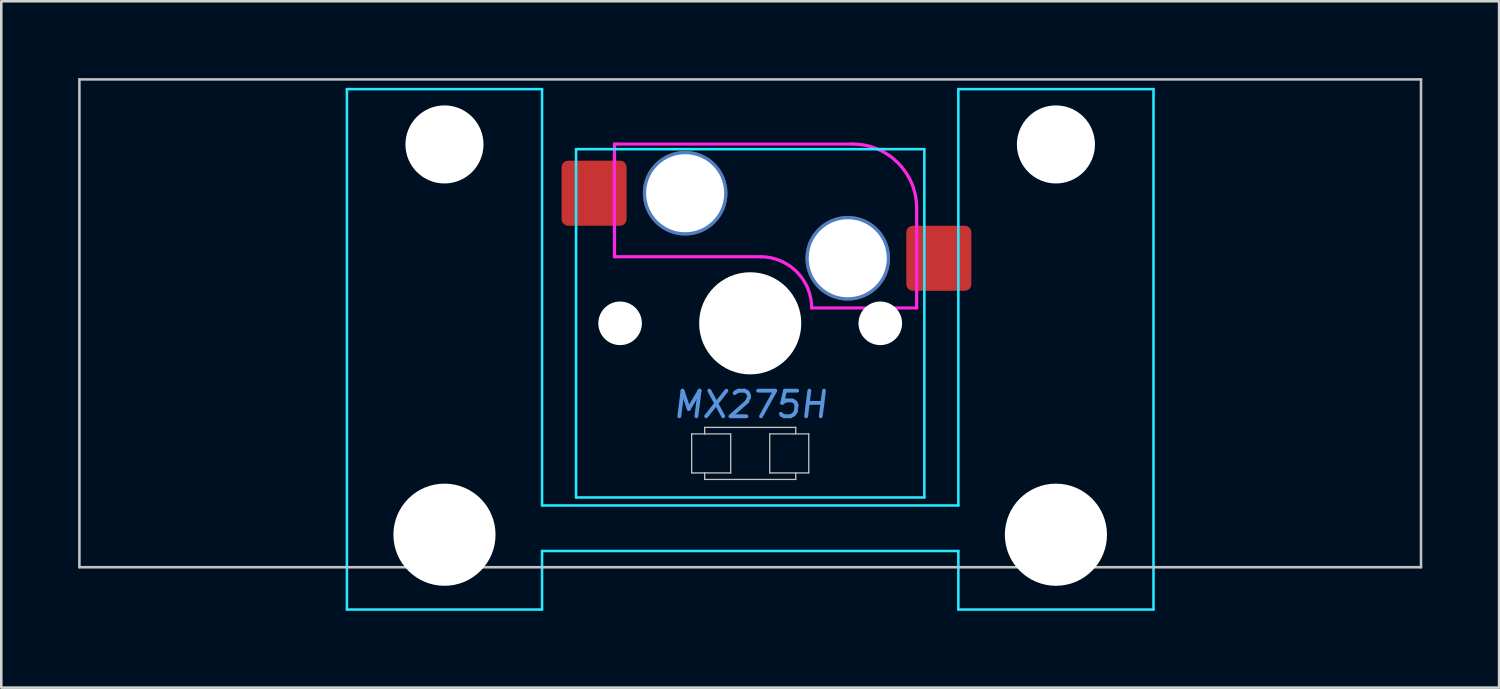
<source format=kicad_pcb>
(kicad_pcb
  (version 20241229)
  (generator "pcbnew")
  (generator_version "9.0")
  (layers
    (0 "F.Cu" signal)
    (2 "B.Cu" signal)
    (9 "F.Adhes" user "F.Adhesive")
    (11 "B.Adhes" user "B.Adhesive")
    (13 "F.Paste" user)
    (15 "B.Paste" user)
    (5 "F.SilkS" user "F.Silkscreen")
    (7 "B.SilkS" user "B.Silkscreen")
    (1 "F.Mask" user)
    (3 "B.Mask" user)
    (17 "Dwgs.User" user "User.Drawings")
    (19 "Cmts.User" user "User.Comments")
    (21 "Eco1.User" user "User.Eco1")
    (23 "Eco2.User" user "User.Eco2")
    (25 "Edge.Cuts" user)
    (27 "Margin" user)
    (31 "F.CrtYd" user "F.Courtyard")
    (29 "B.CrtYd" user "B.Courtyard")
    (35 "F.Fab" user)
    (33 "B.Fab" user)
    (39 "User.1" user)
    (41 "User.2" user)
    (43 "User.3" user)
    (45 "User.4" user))
  (footprint "MX275H"
    (layer "F.Cu")
    (at 26.244 9.575)
    (property "Reference" "MX275H" (at 0 3.175 0) (layer "Cmts.User") (effects (font (size 1 1) (thickness 0.15) (italic yes))))
    (attr smd)
    (fp_line (start -26.194 -9.525) (end -26.194 9.525) (stroke (width 0.1) (type solid)) (layer "Dwgs.User"))
    (fp_line (start -26.194 -9.525) (end 26.194 -9.525) (stroke (width 0.1) (type solid)) (layer "Dwgs.User"))
    (fp_line (start -26.194 9.525) (end 26.194 9.525) (stroke (width 0.1) (type solid)) (layer "Dwgs.User"))
    (fp_line (start -2.286 4.318) (end -0.762 4.318) (stroke (width 0.051) (type solid)) (layer "Dwgs.User"))
    (fp_line (start -2.286 5.842) (end -2.286 4.318) (stroke (width 0.051) (type solid)) (layer "Dwgs.User"))
    (fp_line (start -1.778 4.064) (end 1.778 4.064) (stroke (width 0.051) (type solid)) (layer "Dwgs.User"))
    (fp_line (start -1.778 4.318) (end -1.778 4.064) (stroke (width 0.051) (type solid)) (layer "Dwgs.User"))
    (fp_line (start -1.778 6.096) (end -1.778 5.842) (stroke (width 0.051) (type solid)) (layer "Dwgs.User"))
    (fp_line (start -0.762 4.318) (end -0.762 5.842) (stroke (width 0.051) (type solid)) (layer "Dwgs.User"))
    (fp_line (start -0.762 5.842) (end -2.286 5.842) (stroke (width 0.051) (type solid)) (layer "Dwgs.User"))
    (fp_line (start 0.762 4.318) (end 2.286 4.318) (stroke (width 0.051) (type solid)) (layer "Dwgs.User"))
    (fp_line (start 0.762 5.842) (end 0.762 4.318) (stroke (width 0.051) (type solid)) (layer "Dwgs.User"))
    (fp_line (start 1.778 4.064) (end 1.778 4.318) (stroke (width 0.051) (type solid)) (layer "Dwgs.User"))
    (fp_line (start 1.778 5.842) (end 1.778 6.096) (stroke (width 0.051) (type solid)) (layer "Dwgs.User"))
    (fp_line (start 1.778 6.096) (end -1.778 6.096) (stroke (width 0.051) (type solid)) (layer "Dwgs.User"))
    (fp_line (start 2.286 4.318) (end 2.286 5.842) (stroke (width 0.051) (type solid)) (layer "Dwgs.User"))
    (fp_line (start 2.286 5.842) (end 0.762 5.842) (stroke (width 0.051) (type solid)) (layer "Dwgs.User"))
    (fp_line (start 26.194 -9.525) (end 26.194 9.525) (stroke (width 0.1) (type solid)) (layer "Dwgs.User"))
    (fp_line (start -15.438 -5.485) (end -15.438 8.515) (stroke (width 0.1) (type solid)) (layer "Eco1.User"))
    (fp_line (start -14.938 -5.985) (end -8.938 -5.985) (stroke (width 0.1) (type solid)) (layer "Eco1.User"))
    (fp_line (start -8.938 9.015) (end -14.938 9.015) (stroke (width 0.1) (type solid)) (layer "Eco1.User"))
    (fp_line (start -8.438 8.515) (end -8.438 -5.485) (stroke (width 0.1) (type solid)) (layer "Eco1.User"))
    (fp_line (start -7 -6.5) (end -7 6.5) (stroke (width 0.1) (type solid)) (layer "Eco1.User"))
    (fp_line (start -6.5 7) (end 6.5 7) (stroke (width 0.1) (type solid)) (layer "Eco1.User"))
    (fp_line (start 6.5 -7) (end -6.5 -7) (stroke (width 0.1) (type solid)) (layer "Eco1.User"))
    (fp_line (start 7 6.5) (end 7 -6.5) (stroke (width 0.1) (type solid)) (layer "Eco1.User"))
    (fp_line (start 8.438 -5.485) (end 8.438 8.515) (stroke (width 0.1) (type solid)) (layer "Eco1.User"))
    (fp_line (start 8.938 -5.985) (end 14.938 -5.985) (stroke (width 0.1) (type solid)) (layer "Eco1.User"))
    (fp_line (start 14.938 9.015) (end 8.938 9.015) (stroke (width 0.1) (type solid)) (layer "Eco1.User"))
    (fp_line (start 15.438 8.515) (end 15.438 -5.485) (stroke (width 0.1) (type solid)) (layer "Eco1.User"))
    (fp_arc (start -15.438 -5.485) (mid -15.291553 -5.838553) (end -14.938 -5.985) (stroke (width 0.1) (type solid)) (layer "Eco1.User"))
    (fp_arc (start -14.938 9.015) (mid -15.291553 8.868553) (end -15.438 8.515) (stroke (width 0.1) (type solid)) (layer "Eco1.User"))
    (fp_arc (start -8.938 -5.985) (mid -8.584447 -5.838553) (end -8.438 -5.485) (stroke (width 0.1) (type solid)) (layer "Eco1.User"))
    (fp_arc (start -8.438 8.515) (mid -8.584447 8.868553) (end -8.938 9.015) (stroke (width 0.1) (type solid)) (layer "Eco1.User"))
    (fp_arc (start -7 -6.5) (mid -6.853553 -6.853553) (end -6.5 -7) (stroke (width 0.1) (type solid)) (layer "Eco1.User"))
    (fp_arc (start -6.5 7) (mid -6.853553 6.853553) (end -7 6.5) (stroke (width 0.1) (type solid)) (layer "Eco1.User"))
    (fp_arc (start 6.5 -7) (mid 6.853553 -6.853553) (end 7 -6.5) (stroke (width 0.1) (type solid)) (layer "Eco1.User"))
    (fp_arc (start 7 6.5) (mid 6.853553 6.853553) (end 6.5 7) (stroke (width 0.1) (type solid)) (layer "Eco1.User"))
    (fp_arc (start 8.438 -5.485) (mid 8.584447 -5.838553) (end 8.938 -5.985) (stroke (width 0.1) (type solid)) (layer "Eco1.User"))
    (fp_arc (start 8.938 9.015) (mid 8.584447 8.868553) (end 8.438 8.515) (stroke (width 0.1) (type solid)) (layer "Eco1.User"))
    (fp_arc (start 14.938 -5.985) (mid 15.291553 -5.838553) (end 15.438 -5.485) (stroke (width 0.1) (type solid)) (layer "Eco1.User"))
    (fp_arc (start 15.438 8.515) (mid 15.291553 8.868553) (end 14.938 9.015) (stroke (width 0.1) (type solid)) (layer "Eco1.User"))
    (fp_line (start -15.748 -9.144) (end -15.748 11.176) (stroke (width 0.1) (type solid)) (layer "B.CrtYd"))
    (fp_line (start -15.748 11.176) (end -8.128 11.176) (stroke (width 0.1) (type solid)) (layer "B.CrtYd"))
    (fp_line (start -8.128 -9.144) (end -15.748 -9.144) (stroke (width 0.1) (type solid)) (layer "B.CrtYd"))
    (fp_line (start -8.128 7.112) (end -8.128 -9.144) (stroke (width 0.1) (type solid)) (layer "B.CrtYd"))
    (fp_line (start -8.128 7.112) (end 8.128 7.112) (stroke (width 0.1) (type solid)) (layer "B.CrtYd"))
    (fp_line (start -8.128 8.89) (end -8.128 11.176) (stroke (width 0.1) (type solid)) (layer "B.CrtYd"))
    (fp_line (start -8.128 8.89) (end 8.128 8.89) (stroke (width 0.1) (type solid)) (layer "B.CrtYd"))
    (fp_line (start -6.8 -6.8) (end -6.8 6.8) (stroke (width 0.1) (type solid)) (layer "B.CrtYd"))
    (fp_line (start 6.8 -6.8) (end -6.8 -6.8) (stroke (width 0.1) (type solid)) (layer "B.CrtYd"))
    (fp_line (start 6.8 -6.8) (end 6.8 6.8) (stroke (width 0.1) (type solid)) (layer "B.CrtYd"))
    (fp_line (start 6.8 6.8) (end -6.8 6.8) (stroke (width 0.1) (type solid)) (layer "B.CrtYd"))
    (fp_line (start 8.128 -9.144) (end 15.748 -9.144) (stroke (width 0.1) (type solid)) (layer "B.CrtYd"))
    (fp_line (start 8.128 7.112) (end 8.128 -9.142) (stroke (width 0.1) (type solid)) (layer "B.CrtYd"))
    (fp_line (start 8.128 8.89) (end 8.128 11.176) (stroke (width 0.1) (type solid)) (layer "B.CrtYd"))
    (fp_line (start 15.748 11.176) (end 8.128 11.176) (stroke (width 0.1) (type solid)) (layer "B.CrtYd"))
    (fp_line (start 15.748 11.176) (end 15.748 -9.144) (stroke (width 0.1) (type solid)) (layer "B.CrtYd"))
    (fp_line (start -5.3 -7) (end -5.3 -2.6) (stroke (width 0.127) (type solid)) (layer "F.CrtYd"))
    (fp_line (start -5.2 -7) (end -5.3 -7) (stroke (width 0.12) (type solid)) (layer "F.CrtYd"))
    (fp_line (start 0.4 -2.6) (end -5.3 -2.6) (stroke (width 0.127) (type solid)) (layer "F.CrtYd"))
    (fp_line (start 4 -7) (end -5.2 -7) (stroke (width 0.12) (type solid)) (layer "F.CrtYd"))
    (fp_line (start 6.5 -4.5) (end 6.5 -0.6) (stroke (width 0.127) (type solid)) (layer "F.CrtYd"))
    (fp_line (start 6.5 -0.6) (end 2.4 -0.6) (stroke (width 0.12) (type solid)) (layer "F.CrtYd"))
    (fp_arc (start 0.4 -2.6) (mid 1.814214 -2.014214) (end 2.4 -0.6) (stroke (width 0.127) (type solid)) (layer "F.CrtYd"))
    (fp_arc (start 4 -7) (mid 5.767767 -6.267767) (end 6.5 -4.5) (stroke (width 0.127) (type solid)) (layer "F.CrtYd"))
    (pad "" np_thru_hole circle (at -11.938 -6.985) (size 3.048 3.048) (drill 3.048) (layers "*.Cu" "*.Mask"))
    (pad "" np_thru_hole circle (at -11.938 8.255) (size 3.988 3.988) (drill 3.988) (layers "*.Cu" "*.Mask"))
    (pad "" np_thru_hole circle (at -5.08 0) (size 1.702 1.702) (drill 1.702) (layers "*.Cu" "*.Mask"))
    (pad "" np_thru_hole circle (at -2.54 -5.08) (size 3.302 3.302) (drill 3.048) (layers "*.Cu" "*.Mask"))
    (pad "" np_thru_hole circle (at 0 0) (size 3.988 3.988) (drill 3.988) (layers "*.Cu" "*.Mask"))
    (pad "" np_thru_hole circle (at 3.81 -2.54) (size 3.302 3.302) (drill 3.048) (layers "*.Cu" "*.Mask"))
    (pad "" np_thru_hole circle (at 5.08 0) (size 1.702 1.702) (drill 1.702) (layers "*.Cu" "*.Mask"))
    (pad "" np_thru_hole circle (at 11.938 -6.985) (size 3.048 3.048) (drill 3.048) (layers "*.Cu" "*.Mask"))
    (pad "" np_thru_hole circle (at 11.938 8.255) (size 3.988 3.988) (drill 3.988) (layers "*.Cu" "*.Mask"))
    (pad "1" smd roundrect (at -6.096 -5.08) (size 2.54 2.54) (layers "F.Cu" "F.Mask") (roundrect_rratio 0.1))
    (pad "2" smd roundrect (at 7.366 -2.54) (size 2.54 2.54) (layers "F.Cu" "F.Mask") (roundrect_rratio 0.1)))
  (gr_rect
    (start -3 -3)
    (end 55.487 23.801)
    (stroke (width 0.1) (type default))
    (fill no)
    (layer "Edge.Cuts")))
</source>
